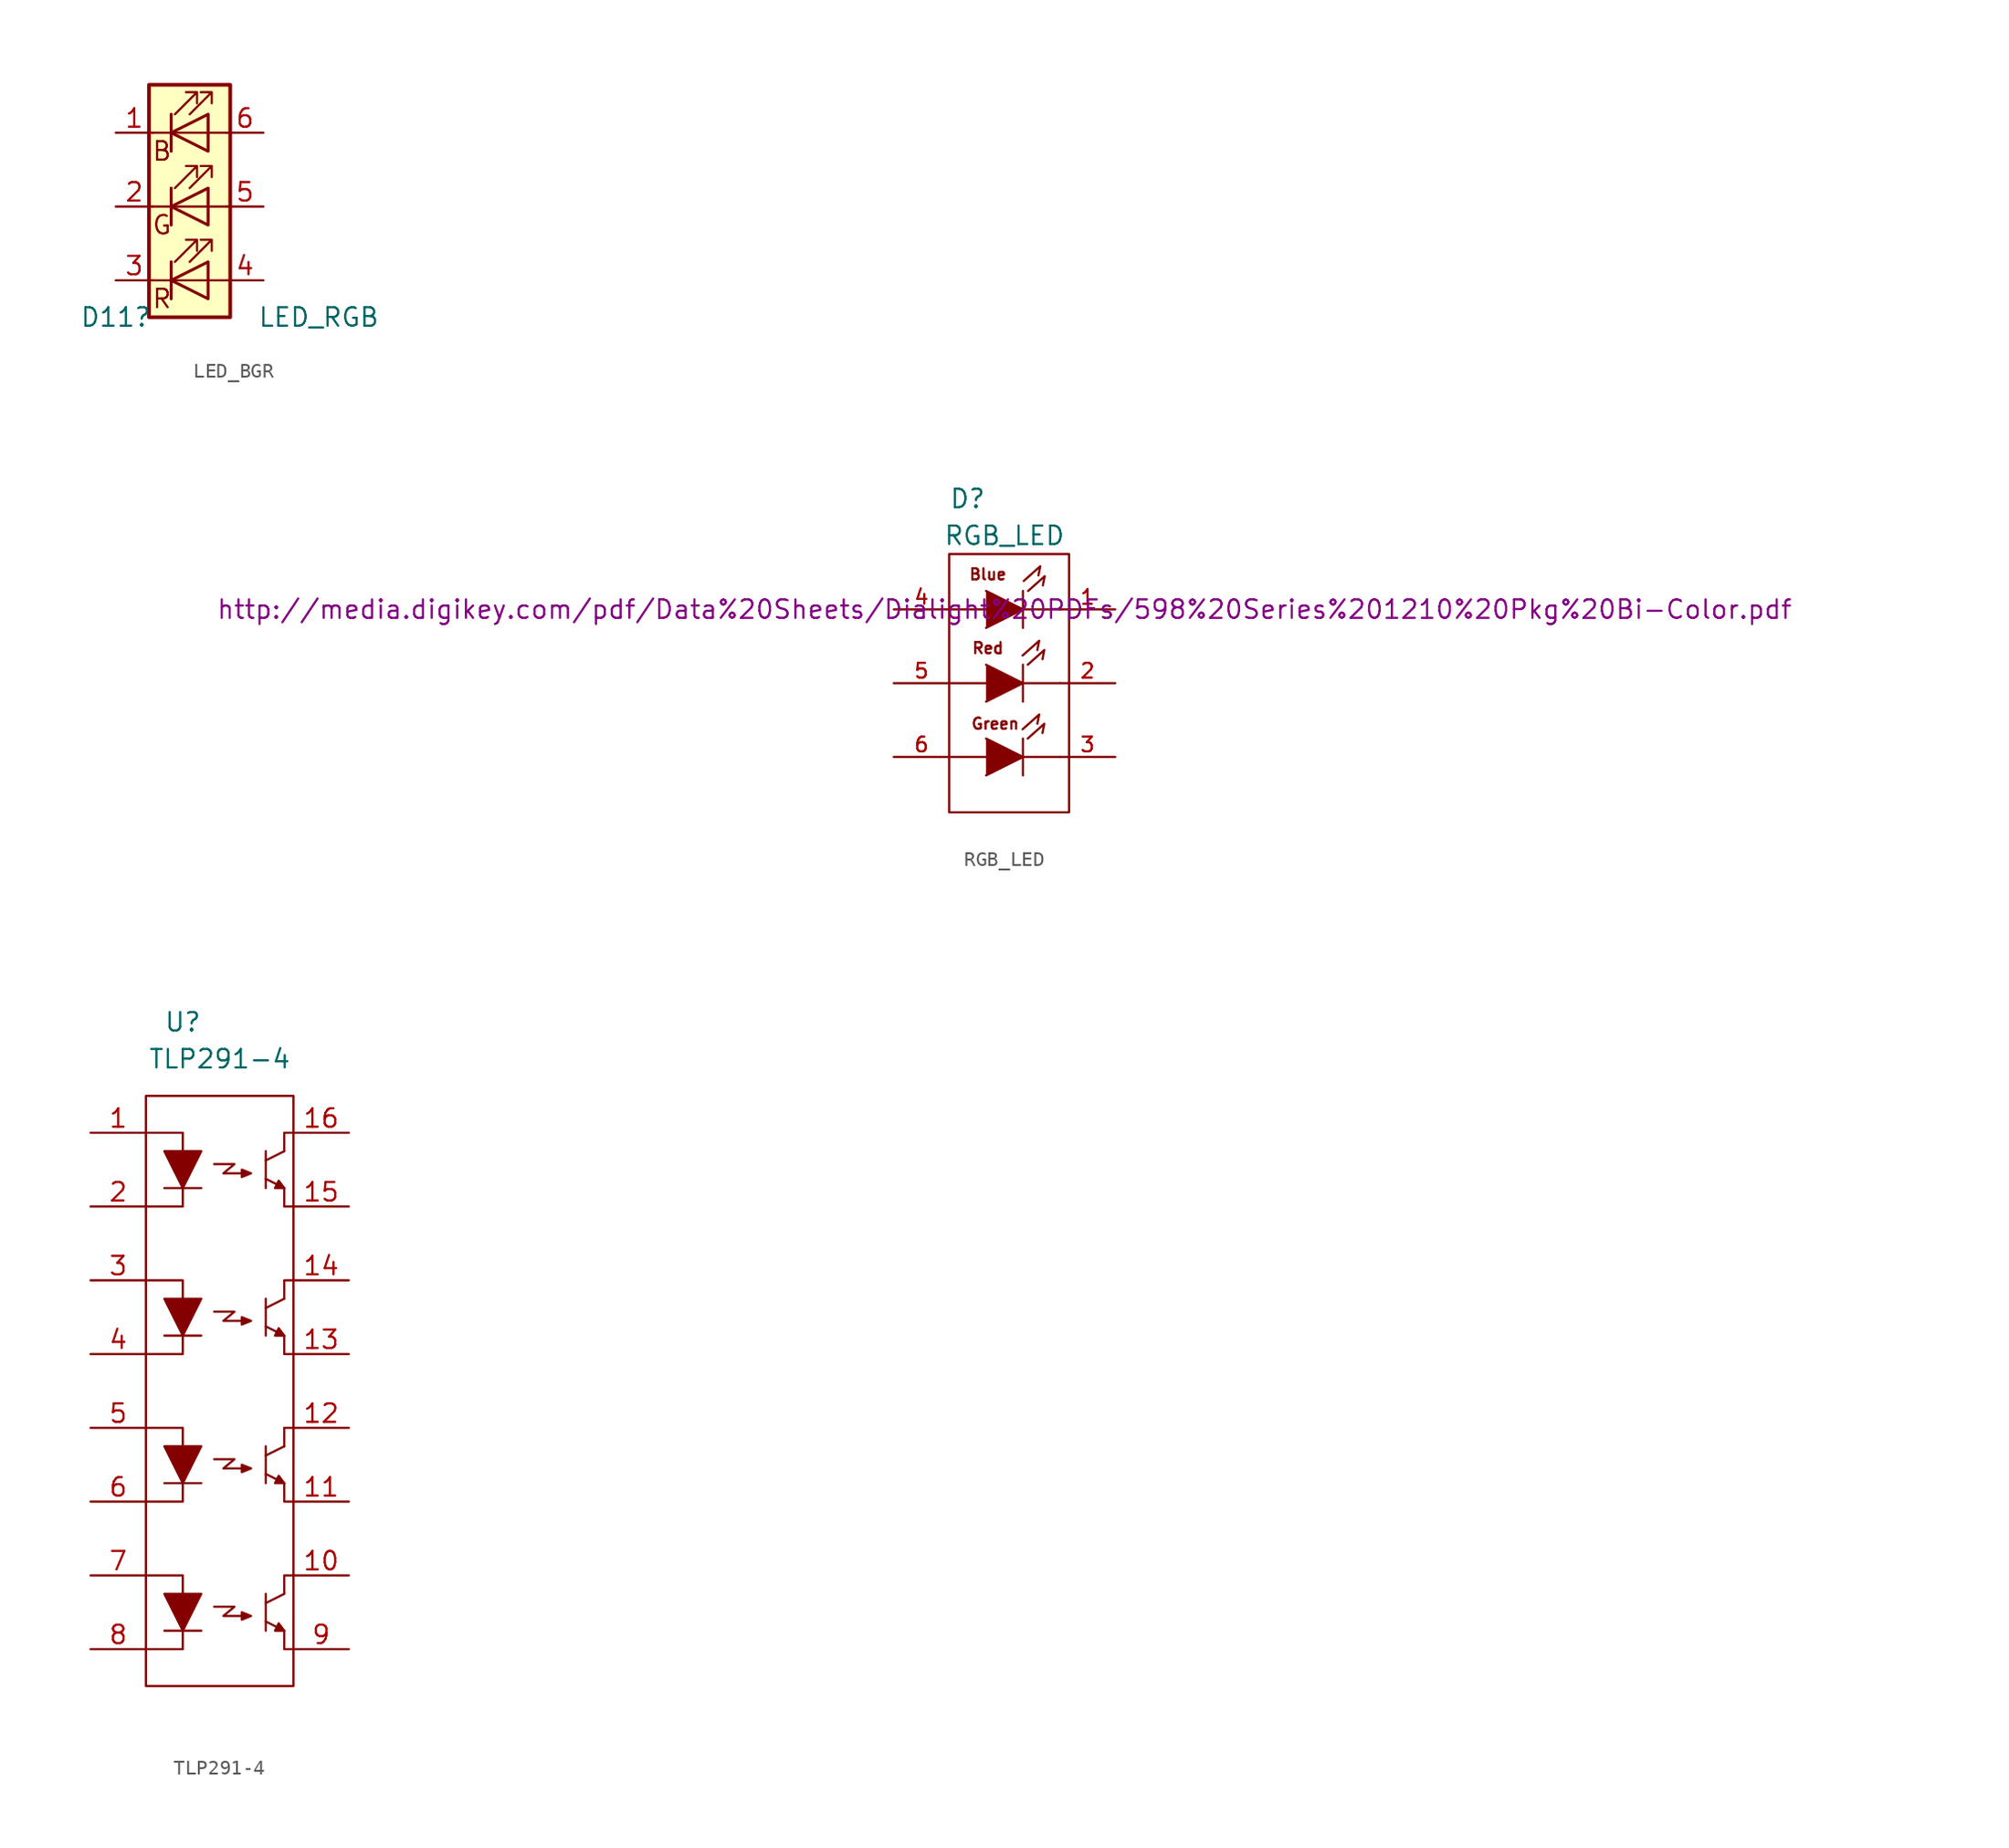
<source format=kicad_sym>
(kicad_symbol_lib
  (version 20231120)
  (generator "kicad_symbol_editor")
  (generator_version "8.0")
  (symbol "LED_BGR"
    (pin_names
      (offset 0) hide)
    (property "Reference" "D11"
      (at -5.08 -7.62 0)
      (effects (font (size 1.27 1.27))))
    (property "Value" "LED_RGB"
      (at 8.89 -7.62 0)
      (effects (font (size 1.27 1.27))))
    (symbol "LED_BGR_0_0"
      (text "B" (at -1.905 3.81 0) (effects (font (size 1.27 1.27))))
      (text "G" (at -1.905 -1.27 0) (effects (font (size 1.27 1.27))))
      (text "R" (at -1.905 -6.35 0) (effects (font (size 1.27 1.27)))))
    (symbol "LED_BGR_0_1"
      (polyline (pts (xy -1.27 -5.08) (xy -2.54 -5.08)) (stroke (width 0) (type solid)) (fill (type none)))
      (polyline (pts (xy -1.27 -5.08) (xy 1.27 -5.08)) (stroke (width 0) (type solid)) (fill (type none)))
      (polyline (pts (xy -1.27 -3.81) (xy -1.27 -6.35)) (stroke (width 0) (type solid)) (fill (type none)))
      (polyline (pts (xy -1.27 -3.81) (xy -1.27 -6.35)) (stroke (width 0.203) (type solid)) (fill (type none)))
      (polyline (pts (xy -1.27 0) (xy -2.54 0)) (stroke (width 0) (type solid)) (fill (type none)))
      (polyline (pts (xy -1.27 1.27) (xy -1.27 -1.27)) (stroke (width 0.203) (type solid)) (fill (type none)))
      (polyline (pts (xy -1.27 5.08) (xy -2.54 5.08)) (stroke (width 0) (type solid)) (fill (type none)))
      (polyline (pts (xy -1.27 5.08) (xy 1.27 5.08)) (stroke (width 0) (type solid)) (fill (type none)))
      (polyline (pts (xy -1.27 6.35) (xy -1.27 3.81)) (stroke (width 0.203) (type solid)) (fill (type none)))
      (polyline (pts (xy 1.27 -5.08) (xy 2.54 -5.08)) (stroke (width 0) (type solid)) (fill (type none)))
      (polyline (pts (xy 1.27 0) (xy -1.27 0)) (stroke (width 0) (type solid)) (fill (type none)))
      (polyline (pts (xy 1.27 0) (xy 2.54 0)) (stroke (width 0) (type solid)) (fill (type none)))
      (polyline (pts (xy 1.27 5.08) (xy 2.54 5.08)) (stroke (width 0) (type solid)) (fill (type none)))
      (polyline (pts (xy -1.27 1.27) (xy -1.27 -1.27) (xy -1.27 -1.27)) (stroke (width 0) (type solid)) (fill (type none)))
      (polyline (pts (xy -1.27 6.35) (xy -1.27 3.81) (xy -1.27 3.81)) (stroke (width 0) (type solid)) (fill (type none)))
      (polyline (pts (xy 1.27 -3.81) (xy 1.27 -6.35) (xy -1.27 -5.08) (xy 1.27 -3.81)) (stroke (width 0.203) (type solid)) (fill (type none)))
      (polyline (pts (xy 1.27 1.27) (xy 1.27 -1.27) (xy -1.27 0) (xy 1.27 1.27)) (stroke (width 0.203) (type solid)) (fill (type none)))
      (polyline (pts (xy 1.27 6.35) (xy 1.27 3.81) (xy -1.27 5.08) (xy 1.27 6.35)) (stroke (width 0.203) (type solid)) (fill (type none)))
      (polyline (pts (xy -1.016 -3.81) (xy 0.508 -2.286) (xy -0.254 -2.286) (xy 0.508 -2.286) (xy 0.508 -3.048)) (stroke (width 0) (type solid)) (fill (type none)))
      (polyline (pts (xy -1.016 1.27) (xy 0.508 2.794) (xy -0.254 2.794) (xy 0.508 2.794) (xy 0.508 2.032)) (stroke (width 0) (type solid)) (fill (type none)))
      (polyline (pts (xy -1.016 6.35) (xy 0.508 7.874) (xy -0.254 7.874) (xy 0.508 7.874) (xy 0.508 7.112)) (stroke (width 0) (type solid)) (fill (type none)))
      (polyline (pts (xy 0 -3.81) (xy 1.524 -2.286) (xy 0.762 -2.286) (xy 1.524 -2.286) (xy 1.524 -3.048)) (stroke (width 0) (type solid)) (fill (type none)))
      (polyline (pts (xy 0 1.27) (xy 1.524 2.794) (xy 0.762 2.794) (xy 1.524 2.794) (xy 1.524 2.032)) (stroke (width 0) (type solid)) (fill (type none)))
      (polyline (pts (xy 0 6.35) (xy 1.524 7.874) (xy 0.762 7.874) (xy 1.524 7.874) (xy 1.524 7.112)) (stroke (width 0) (type solid)) (fill (type none)))
      (rectangle (start 1.27 -1.27) (end 1.27 1.27) (stroke (width 0) (type solid)) (fill (type none)))
      (rectangle (start 1.27 1.27) (end 1.27 1.27) (stroke (width 0) (type solid)) (fill (type none)))
      (rectangle (start 1.27 3.81) (end 1.27 6.35) (stroke (width 0) (type solid)) (fill (type none)))
      (rectangle (start 1.27 6.35) (end 1.27 6.35) (stroke (width 0) (type solid)) (fill (type none)))
      (rectangle (start 2.794 8.382) (end -2.794 -7.62) (stroke (width 0.254) (type solid)) (fill (type background))))
    (symbol "LED_BGR_1_1"
      (pin passive line (at -5.08 5.08 0) (length 2.54) (name "RK" (effects (font (size 1.27 1.27)))) (number "1" (effects (font (size 1.27 1.27)))))
      (pin passive line (at -5.08 0 0) (length 2.54) (name "GK" (effects (font (size 1.27 1.27)))) (number "2" (effects (font (size 1.27 1.27)))))
      (pin passive line (at -5.08 -5.08 0) (length 2.54) (name "BK" (effects (font (size 1.27 1.27)))) (number "3" (effects (font (size 1.27 1.27)))))
      (pin passive line (at 5.08 -5.08 180) (length 2.54) (name "BA" (effects (font (size 1.27 1.27)))) (number "4" (effects (font (size 1.27 1.27)))))
      (pin passive line (at 5.08 0 180) (length 2.54) (name "GA" (effects (font (size 1.27 1.27)))) (number "5" (effects (font (size 1.27 1.27)))))
      (pin passive line (at 5.08 5.08 180) (length 2.54) (name "RA" (effects (font (size 1.27 1.27)))) (number "6" (effects (font (size 1.27 1.27)))))))
  (symbol "RGB_LED"
    (pin_names
      (offset 1.016) hide)
    (property "Reference" "D"
      (at -2.54 12.7 0)
      (effects (font (size 1.27 1.27))))
    (property "Value" "RGB_LED"
      (at 0 10.16 0)
      (effects (font (size 1.27 1.27))))
    (property "Footprint" ""
      (at 0 5.08 0)
      (effects (font (size 1.27 1.27))))
    (property "Datasheet" "http://media.digikey.com/pdf/Data%20Sheets/Dialight%20PDFs/598%20Series%201210%20Pkg%20Bi-Color.pdf"
      (at 0 5.08 0)
      (effects (font (size 1.27 1.27))))
    (symbol "RGB_LED_0_0"
      (polyline (pts (xy -3.81 5.08) (xy 3.81 5.08)) (stroke (width 0) (type default)) (fill (type none)))
      (polyline (pts (xy 3.81 -5.08) (xy -3.81 -5.08)) (stroke (width 0) (type default)) (fill (type none)))
      (polyline (pts (xy 3.81 0) (xy -3.81 0)) (stroke (width 0) (type default)) (fill (type none)))
      (text "Blue" (at -1.143 7.493 0) (effects (font (size 0.762 0.762))))
      (text "Green" (at -0.635 -2.794 0) (effects (font (size 0.762 0.762))))
      (text "Red" (at -1.143 2.413 0) (effects (font (size 0.762 0.762)))))
    (symbol "RGB_LED_0_1"
      (rectangle (start -3.81 -8.89) (end 4.445 8.89) (stroke (width 0) (type default)) (fill (type none)))
      (polyline (pts (xy 1.27 -6.35) (xy 1.27 -3.81)) (stroke (width 0) (type default)) (fill (type none)))
      (polyline (pts (xy 1.27 -1.27) (xy 1.27 1.27)) (stroke (width 0) (type default)) (fill (type none)))
      (polyline (pts (xy 1.27 3.81) (xy 1.27 6.35)) (stroke (width 0) (type default)) (fill (type none)))
      (polyline (pts (xy -1.27 -6.35) (xy 1.27 -5.08) (xy -1.27 -3.81)) (stroke (width 0) (type default)) (fill (type outline)))
      (polyline (pts (xy -1.27 -1.27) (xy 1.27 0) (xy -1.27 1.27)) (stroke (width 0) (type default)) (fill (type outline)))
      (polyline (pts (xy -1.27 3.81) (xy 1.27 5.08) (xy -1.27 6.35)) (stroke (width 0) (type default)) (fill (type outline)))
      (polyline (pts (xy 1.245 -3.175) (xy 2.388 -2.159) (xy 2.261 -2.794)) (stroke (width 0) (type default)) (fill (type none)))
      (polyline (pts (xy 1.245 1.905) (xy 2.388 2.921) (xy 2.261 2.286)) (stroke (width 0) (type default)) (fill (type none)))
      (polyline (pts (xy 1.321 7.036) (xy 2.464 8.052) (xy 2.337 7.417)) (stroke (width 0) (type default)) (fill (type none)))
      (polyline (pts (xy 1.6 -3.81) (xy 2.743 -2.794) (xy 2.616 -3.429)) (stroke (width 0) (type default)) (fill (type none)))
      (polyline (pts (xy 1.6 1.27) (xy 2.743 2.286) (xy 2.616 1.651)) (stroke (width 0) (type default)) (fill (type none)))
      (polyline (pts (xy 1.626 6.35) (xy 2.769 7.366) (xy 2.642 6.731)) (stroke (width 0) (type default)) (fill (type none))))
    (symbol "RGB_LED_1_1"
      (pin passive line (at 7.62 5.08 180) (length 3.81) (name "K_Blue" (effects (font (size 1.016 1.016)))) (number "1" (effects (font (size 1.016 1.016)))))
      (pin passive line (at 7.62 0 180) (length 3.81) (name "K_Red" (effects (font (size 1.016 1.016)))) (number "2" (effects (font (size 1.016 1.016)))))
      (pin passive line (at 7.62 -5.08 180) (length 3.81) (name "K_Red" (effects (font (size 1.016 1.016)))) (number "3" (effects (font (size 1.016 1.016)))))
      (pin passive line (at -7.62 5.08 0) (length 3.81) (name "A_Blue" (effects (font (size 1.016 1.016)))) (number "4" (effects (font (size 1.016 1.016)))))
      (pin passive line (at -7.62 0 0) (length 3.81) (name "A_Red" (effects (font (size 1.016 1.016)))) (number "5" (effects (font (size 1.016 1.016)))))
      (pin passive line (at -7.62 -5.08 0) (length 3.81) (name "A_Green" (effects (font (size 1.016 1.016)))) (number "6" (effects (font (size 1.016 1.016)))))))
  (symbol "TLP291-4"
    (pin_names
      (offset 1.016) hide)
    (property "Reference" "U"
      (at -2.54 25.4 0)
      (effects (font (size 1.27 1.27))))
    (property "Value" "TLP291-4"
      (at 0 22.86 0)
      (effects (font (size 1.27 1.27))))
    (symbol "TLP291-4_0_1"
      (rectangle (start -5.08 20.32) (end 5.08 -20.32) (stroke (width 0) (type default)) (fill (type none))))
    (symbol "TLP291-4_1_1"
      (polyline (pts (xy -3.81 -16.51) (xy -1.27 -16.51)) (stroke (width 0) (type default)) (fill (type none)))
      (polyline (pts (xy -3.81 -6.35) (xy -1.27 -6.35)) (stroke (width 0) (type default)) (fill (type none)))
      (polyline (pts (xy -3.81 3.81) (xy -1.27 3.81)) (stroke (width 0) (type default)) (fill (type none)))
      (polyline (pts (xy -3.81 13.97) (xy -1.27 13.97)) (stroke (width 0) (type default)) (fill (type none)))
      (polyline (pts (xy 3.175 -15.875) (xy 4.445 -16.51)) (stroke (width 0) (type default)) (fill (type none)))
      (polyline (pts (xy 3.175 -14.605) (xy 4.445 -13.97)) (stroke (width 0) (type default)) (fill (type none)))
      (polyline (pts (xy 3.175 -13.97) (xy 3.175 -16.51)) (stroke (width 0) (type default)) (fill (type none)))
      (polyline (pts (xy 3.175 -5.715) (xy 4.445 -6.35)) (stroke (width 0) (type default)) (fill (type none)))
      (polyline (pts (xy 3.175 -4.445) (xy 4.445 -3.81)) (stroke (width 0) (type default)) (fill (type none)))
      (polyline (pts (xy 3.175 -3.81) (xy 3.175 -6.35)) (stroke (width 0) (type default)) (fill (type none)))
      (polyline (pts (xy 3.175 4.445) (xy 4.445 3.81)) (stroke (width 0) (type default)) (fill (type none)))
      (polyline (pts (xy 3.175 5.715) (xy 4.445 6.35)) (stroke (width 0) (type default)) (fill (type none)))
      (polyline (pts (xy 3.175 6.35) (xy 3.175 3.81)) (stroke (width 0) (type default)) (fill (type none)))
      (polyline (pts (xy 3.175 14.605) (xy 4.445 13.97)) (stroke (width 0) (type default)) (fill (type none)))
      (polyline (pts (xy 3.175 15.875) (xy 4.445 16.51)) (stroke (width 0) (type default)) (fill (type none)))
      (polyline (pts (xy 3.175 16.51) (xy 3.175 13.97)) (stroke (width 0) (type default)) (fill (type none)))
      (polyline (pts (xy -5.08 -17.78) (xy -2.54 -17.78) (xy -2.54 -16.51)) (stroke (width 0) (type default)) (fill (type none)))
      (polyline (pts (xy -5.08 -7.62) (xy -2.54 -7.62) (xy -2.54 -6.35)) (stroke (width 0) (type default)) (fill (type none)))
      (polyline (pts (xy -5.08 2.54) (xy -2.54 2.54) (xy -2.54 3.81)) (stroke (width 0) (type default)) (fill (type none)))
      (polyline (pts (xy -5.08 12.7) (xy -2.54 12.7) (xy -2.54 13.97)) (stroke (width 0) (type default)) (fill (type none)))
      (polyline (pts (xy -2.54 -13.97) (xy -2.54 -12.7) (xy -5.08 -12.7)) (stroke (width 0) (type default)) (fill (type none)))
      (polyline (pts (xy -2.54 -3.81) (xy -2.54 -2.54) (xy -5.08 -2.54)) (stroke (width 0) (type default)) (fill (type none)))
      (polyline (pts (xy -2.54 6.35) (xy -2.54 7.62) (xy -5.08 7.62)) (stroke (width 0) (type default)) (fill (type none)))
      (polyline (pts (xy -2.54 16.51) (xy -2.54 17.78) (xy -5.08 17.78)) (stroke (width 0) (type default)) (fill (type none)))
      (polyline (pts (xy 4.445 -16.51) (xy 4.445 -17.78) (xy 5.08 -17.78)) (stroke (width 0) (type default)) (fill (type none)))
      (polyline (pts (xy 4.445 -13.97) (xy 4.445 -12.7) (xy 5.08 -12.7)) (stroke (width 0) (type default)) (fill (type none)))
      (polyline (pts (xy 4.445 -6.35) (xy 4.445 -7.62) (xy 5.08 -7.62)) (stroke (width 0) (type default)) (fill (type none)))
      (polyline (pts (xy 4.445 -3.81) (xy 4.445 -2.54) (xy 5.08 -2.54)) (stroke (width 0) (type default)) (fill (type none)))
      (polyline (pts (xy 4.445 3.81) (xy 4.445 2.54) (xy 5.08 2.54)) (stroke (width 0) (type default)) (fill (type none)))
      (polyline (pts (xy 4.445 6.35) (xy 4.445 7.62) (xy 5.08 7.62)) (stroke (width 0) (type default)) (fill (type none)))
      (polyline (pts (xy 4.445 13.97) (xy 4.445 12.7) (xy 5.08 12.7)) (stroke (width 0) (type default)) (fill (type none)))
      (polyline (pts (xy 4.445 16.51) (xy 4.445 17.78) (xy 5.08 17.78)) (stroke (width 0) (type default)) (fill (type none)))
      (polyline (pts (xy -3.81 -13.97) (xy -1.27 -13.97) (xy -2.54 -16.51) (xy -3.81 -13.97)) (stroke (width 0) (type default)) (fill (type outline)))
      (polyline (pts (xy -3.81 -3.81) (xy -1.27 -3.81) (xy -2.54 -6.35) (xy -3.81 -3.81)) (stroke (width 0) (type default)) (fill (type outline)))
      (polyline (pts (xy -3.81 6.35) (xy -1.27 6.35) (xy -2.54 3.81) (xy -3.81 6.35)) (stroke (width 0) (type default)) (fill (type outline)))
      (polyline (pts (xy -3.81 16.51) (xy -1.27 16.51) (xy -2.54 13.97) (xy -3.81 16.51)) (stroke (width 0) (type default)) (fill (type outline)))
      (polyline (pts (xy 2.159 -15.494) (xy 1.524 -15.24) (xy 1.524 -15.748) (xy 2.159 -15.494)) (stroke (width 0) (type default)) (fill (type outline)))
      (polyline (pts (xy 2.159 -5.334) (xy 1.524 -5.08) (xy 1.524 -5.588) (xy 2.159 -5.334)) (stroke (width 0) (type default)) (fill (type outline)))
      (polyline (pts (xy 2.159 4.826) (xy 1.524 5.08) (xy 1.524 4.572) (xy 2.159 4.826)) (stroke (width 0) (type default)) (fill (type outline)))
      (polyline (pts (xy 2.159 14.986) (xy 1.524 15.24) (xy 1.524 14.732) (xy 2.159 14.986)) (stroke (width 0) (type default)) (fill (type outline)))
      (polyline (pts (xy 4.445 -16.51) (xy 4.064 -16.002) (xy 3.81 -16.51) (xy 4.445 -16.51)) (stroke (width 0) (type default)) (fill (type outline)))
      (polyline (pts (xy 4.445 -6.35) (xy 4.064 -5.842) (xy 3.81 -6.35) (xy 4.445 -6.35)) (stroke (width 0) (type default)) (fill (type outline)))
      (polyline (pts (xy 4.445 3.81) (xy 4.064 4.318) (xy 3.81 3.81) (xy 4.445 3.81)) (stroke (width 0) (type default)) (fill (type outline)))
      (polyline (pts (xy 4.445 13.97) (xy 4.064 14.478) (xy 3.81 13.97) (xy 4.445 13.97)) (stroke (width 0) (type default)) (fill (type outline)))
      (polyline (pts (xy -0.381 -14.859) (xy 1.016 -14.859) (xy 0.254 -15.494) (xy 1.905 -15.494) (xy 2.032 -15.494) (xy 1.905 -15.494)) (stroke (width 0) (type default)) (fill (type none)))
      (polyline (pts (xy -0.381 -4.699) (xy 1.016 -4.699) (xy 0.254 -5.334) (xy 1.905 -5.334) (xy 2.032 -5.334) (xy 1.905 -5.334)) (stroke (width 0) (type default)) (fill (type none)))
      (polyline (pts (xy -0.381 5.461) (xy 1.016 5.461) (xy 0.254 4.826) (xy 1.905 4.826) (xy 2.032 4.826) (xy 1.905 4.826)) (stroke (width 0) (type default)) (fill (type none)))
      (polyline (pts (xy -0.381 15.621) (xy 1.016 15.621) (xy 0.254 14.986) (xy 1.905 14.986) (xy 2.032 14.986) (xy 1.905 14.986)) (stroke (width 0) (type default)) (fill (type none)))
      (pin input line (at -8.89 17.78 0) (length 3.81) (name "A1" (effects (font (size 1.27 1.27)))) (number "1" (effects (font (size 1.27 1.27)))))
      (pin input line (at 8.89 -12.7 180) (length 3.81) (name "C4" (effects (font (size 1.27 1.27)))) (number "10" (effects (font (size 1.27 1.27)))))
      (pin input line (at 8.89 -7.62 180) (length 3.81) (name "E3" (effects (font (size 1.27 1.27)))) (number "11" (effects (font (size 1.27 1.27)))))
      (pin input line (at 8.89 -2.54 180) (length 3.81) (name "C3" (effects (font (size 1.27 1.27)))) (number "12" (effects (font (size 1.27 1.27)))))
      (pin input line (at 8.89 2.54 180) (length 3.81) (name "E2" (effects (font (size 1.27 1.27)))) (number "13" (effects (font (size 1.27 1.27)))))
      (pin input line (at 8.89 7.62 180) (length 3.81) (name "C2" (effects (font (size 1.27 1.27)))) (number "14" (effects (font (size 1.27 1.27)))))
      (pin input line (at 8.89 12.7 180) (length 3.81) (name "E1" (effects (font (size 1.27 1.27)))) (number "15" (effects (font (size 1.27 1.27)))))
      (pin input line (at 8.89 17.78 180) (length 3.81) (name "C1" (effects (font (size 1.27 1.27)))) (number "16" (effects (font (size 1.27 1.27)))))
      (pin input line (at -8.89 12.7 0) (length 3.81) (name "K1" (effects (font (size 1.27 1.27)))) (number "2" (effects (font (size 1.27 1.27)))))
      (pin input line (at -8.89 7.62 0) (length 3.81) (name "A2" (effects (font (size 1.27 1.27)))) (number "3" (effects (font (size 1.27 1.27)))))
      (pin input line (at -8.89 2.54 0) (length 3.81) (name "K2" (effects (font (size 1.27 1.27)))) (number "4" (effects (font (size 1.27 1.27)))))
      (pin input line (at -8.89 -2.54 0) (length 3.81) (name "A3" (effects (font (size 1.27 1.27)))) (number "5" (effects (font (size 1.27 1.27)))))
      (pin input line (at -8.89 -7.62 0) (length 3.81) (name "K3" (effects (font (size 1.27 1.27)))) (number "6" (effects (font (size 1.27 1.27)))))
      (pin input line (at -8.89 -12.7 0) (length 3.81) (name "A4" (effects (font (size 1.27 1.27)))) (number "7" (effects (font (size 1.27 1.27)))))
      (pin input line (at -8.89 -17.78 0) (length 3.81) (name "K4" (effects (font (size 1.27 1.27)))) (number "8" (effects (font (size 1.27 1.27)))))
      (pin input line (at 8.89 -17.78 180) (length 3.81) (name "E4" (effects (font (size 1.27 1.27)))) (number "9" (effects (font (size 1.27 1.27))))))))
</source>
